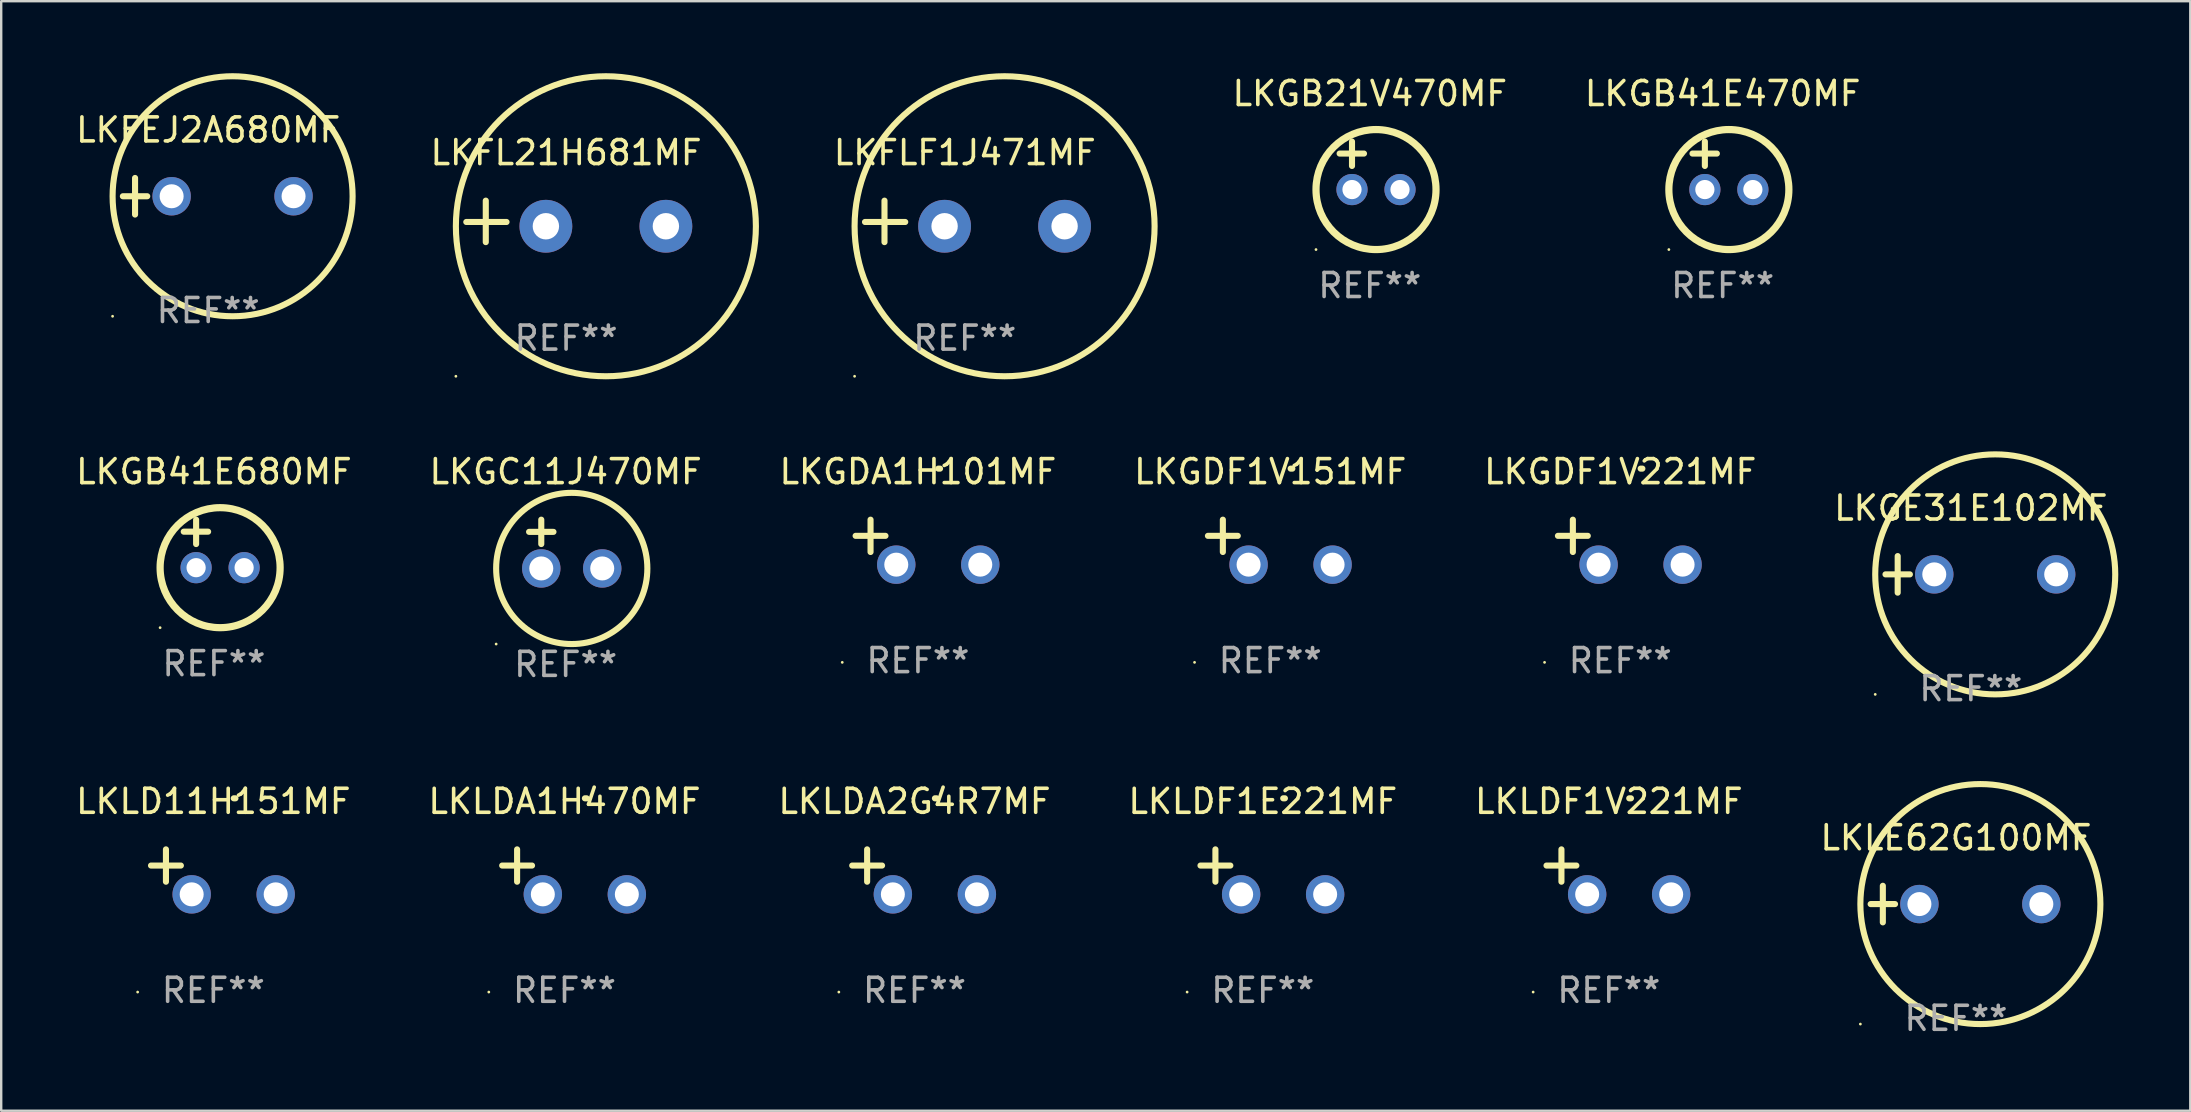
<source format=kicad_pcb>
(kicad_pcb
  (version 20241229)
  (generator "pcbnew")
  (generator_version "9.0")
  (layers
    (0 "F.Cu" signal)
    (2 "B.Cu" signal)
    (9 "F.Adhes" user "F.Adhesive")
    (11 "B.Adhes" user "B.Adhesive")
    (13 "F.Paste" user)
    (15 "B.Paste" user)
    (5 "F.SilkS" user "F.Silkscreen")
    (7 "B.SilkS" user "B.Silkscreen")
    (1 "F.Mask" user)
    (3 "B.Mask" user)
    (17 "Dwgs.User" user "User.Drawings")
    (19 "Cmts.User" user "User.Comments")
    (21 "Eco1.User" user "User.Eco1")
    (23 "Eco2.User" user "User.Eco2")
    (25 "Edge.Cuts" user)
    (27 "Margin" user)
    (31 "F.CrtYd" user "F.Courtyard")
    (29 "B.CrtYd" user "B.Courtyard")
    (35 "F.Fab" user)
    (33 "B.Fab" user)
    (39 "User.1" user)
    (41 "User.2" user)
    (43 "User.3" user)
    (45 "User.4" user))
  (footprint "LKGC11J470MF"
    (layer "F.Cu")
    (at 20.518 19.618)
    (property "Reference" "LKGC11J470MF" (at 0 -3.016 0) (layer "F.SilkS") (effects (font (size 1 1) (thickness 0.15))))
    (attr through_hole)
    (fp_line (start -1.524 -0.508) (end -0.508 -0.508) (stroke (width 0.254) (type solid)) (layer "F.SilkS"))
    (fp_line (start -1.016 -1.016) (end -1.016 0) (stroke (width 0.254) (type solid)) (layer "F.SilkS"))
    (fp_circle (center -2.896 4.166) (end -2.866 4.166) (stroke (width 0.06) (type solid)) (fill no) (layer "F.SilkS"))
    (fp_circle (center 0.254 1.016) (end 3.404 1.016) (stroke (width 0.254) (type solid)) (fill no) (layer "F.SilkS"))
    (fp_text user "REF**" (at 0 5.016 0) (layer "F.Fab") (effects (font (size 1 1) (thickness 0.15))))
    (pad "1" thru_hole circle (at -1.016 1.016) (size 1.6 1.6) (drill 1) (layers "*.Cu" "*.Mask"))
    (pad "2" thru_hole circle (at 1.524 1.016) (size 1.6 1.6) (drill 1) (layers "*.Cu" "*.Mask")))
  (footprint "LKGB41E680MF"
    (layer "F.Cu")
    (at 5.863 19.602)
    (property "Reference" "LKGB41E680MF" (at 0 -3 0) (layer "F.SilkS") (effects (font (size 1 1) (thickness 0.15))))
    (attr through_hole)
    (fp_line (start -1.258 -0.5) (end -0.242 -0.5) (stroke (width 0.254) (type solid)) (layer "F.SilkS"))
    (fp_line (start -0.742 -1) (end -0.742 0.016) (stroke (width 0.254) (type solid)) (layer "F.SilkS"))
    (fp_circle (center -2.242 3.5) (end -2.212 3.5) (stroke (width 0.06) (type solid)) (fill no) (layer "F.SilkS"))
    (fp_circle (center 0.258 1) (end 2.758 1) (stroke (width 0.3) (type solid)) (fill no) (layer "F.SilkS"))
    (fp_text user "REF**" (at 0 5 0) (layer "F.Fab") (effects (font (size 1 1) (thickness 0.15))))
    (pad "1" thru_hole circle (at -0.742 1) (size 1.3 1.3) (drill 0.8) (layers "*.Cu" "*.Mask"))
    (pad "2" thru_hole circle (at 1.258 1) (size 1.3 1.3) (drill 0.8) (layers "*.Cu" "*.Mask")))
  (footprint "LKLDF1E221MF"
    (layer "F.Cu")
    (at 49.565 33.276)
    (property "Reference" "LKLDF1E221MF" (at 0 -2.937 0) (layer "F.SilkS") (effects (font (size 1 1) (thickness 0.15))))
    (attr through_hole)
    (fp_line (start -1.975 0.41) (end -1.975 -0.937) (stroke (width 0.254) (type solid)) (layer "F.SilkS"))
    (fp_line (start -1.353 -0.263) (end -2.597 -0.263) (stroke (width 0.254) (type solid)) (layer "F.SilkS"))
    (fp_arc (start 0.849809 -3.063957) (mid 0.885369 -3.064114) (end 0.920929 -3.063957) (stroke (width 0.254001) (type solid)) (layer "F.SilkS"))
    (fp_circle (center -3.154 5.008) (end -3.124 5.008) (stroke (width 0.06) (type solid)) (fill no) (layer "F.SilkS"))
    (fp_text user "REF**" (at 0 4.937 0) (layer "F.Fab") (effects (font (size 1 1) (thickness 0.15))))
    (pad "1" thru_hole circle (at -0.903 0.937) (size 1.6 1.6) (drill 1) (layers "*.Cu" "*.Mask"))
    (pad "2" thru_hole circle (at 2.597 0.937) (size 1.6 1.6) (drill 1) (layers "*.Cu" "*.Mask")))
  (footprint "LKLD11H151MF"
    (layer "F.Cu")
    (at 5.839 33.276)
    (property "Reference" "LKLD11H151MF" (at 0 -2.937 0) (layer "F.SilkS") (effects (font (size 1 1) (thickness 0.15))))
    (attr through_hole)
    (fp_line (start -1.975 0.41) (end -1.975 -0.937) (stroke (width 0.254) (type solid)) (layer "F.SilkS"))
    (fp_line (start -1.353 -0.263) (end -2.597 -0.263) (stroke (width 0.254) (type solid)) (layer "F.SilkS"))
    (fp_arc (start 0.849809 -3.063957) (mid 0.885369 -3.064114) (end 0.920929 -3.063957) (stroke (width 0.254001) (type solid)) (layer "F.SilkS"))
    (fp_circle (center -3.154 5.008) (end -3.124 5.008) (stroke (width 0.06) (type solid)) (fill no) (layer "F.SilkS"))
    (fp_text user "REF**" (at 0 4.937 0) (layer "F.Fab") (effects (font (size 1 1) (thickness 0.15))))
    (pad "1" thru_hole circle (at -0.903 0.937) (size 1.6 1.6) (drill 1) (layers "*.Cu" "*.Mask"))
    (pad "2" thru_hole circle (at 2.597 0.937) (size 1.6 1.6) (drill 1) (layers "*.Cu" "*.Mask")))
  (footprint "LKLDF1V221MF"
    (layer "F.Cu")
    (at 63.982 33.276)
    (property "Reference" "LKLDF1V221MF" (at 0 -2.937 0) (layer "F.SilkS") (effects (font (size 1 1) (thickness 0.15))))
    (attr through_hole)
    (fp_line (start -1.975 0.41) (end -1.975 -0.937) (stroke (width 0.254) (type solid)) (layer "F.SilkS"))
    (fp_line (start -1.353 -0.263) (end -2.597 -0.263) (stroke (width 0.254) (type solid)) (layer "F.SilkS"))
    (fp_arc (start 0.849809 -3.063957) (mid 0.885369 -3.064114) (end 0.920929 -3.063957) (stroke (width 0.254001) (type solid)) (layer "F.SilkS"))
    (fp_circle (center -3.154 5.008) (end -3.124 5.008) (stroke (width 0.06) (type solid)) (fill no) (layer "F.SilkS"))
    (fp_text user "REF**" (at 0 4.937 0) (layer "F.Fab") (effects (font (size 1 1) (thickness 0.15))))
    (pad "1" thru_hole circle (at -0.903 0.937) (size 1.6 1.6) (drill 1) (layers "*.Cu" "*.Mask"))
    (pad "2" thru_hole circle (at 2.597 0.937) (size 1.6 1.6) (drill 1) (layers "*.Cu" "*.Mask")))
  (footprint "LKGB21V470MF"
    (layer "F.Cu")
    (at 54.023 3.848)
    (property "Reference" "LKGB21V470MF" (at 0 -3 0) (layer "F.SilkS") (effects (font (size 1 1) (thickness 0.15))))
    (attr through_hole)
    (fp_line (start -1.258 -0.5) (end -0.242 -0.5) (stroke (width 0.254) (type solid)) (layer "F.SilkS"))
    (fp_line (start -0.742 -1) (end -0.742 0.016) (stroke (width 0.254) (type solid)) (layer "F.SilkS"))
    (fp_circle (center -2.242 3.5) (end -2.212 3.5) (stroke (width 0.06) (type solid)) (fill no) (layer "F.SilkS"))
    (fp_circle (center 0.258 1) (end 2.758 1) (stroke (width 0.3) (type solid)) (fill no) (layer "F.SilkS"))
    (fp_text user "REF**" (at 0 5 0) (layer "F.Fab") (effects (font (size 1 1) (thickness 0.15))))
    (pad "1" thru_hole circle (at -0.742 1) (size 1.3 1.3) (drill 0.8) (layers "*.Cu" "*.Mask"))
    (pad "2" thru_hole circle (at 1.258 1) (size 1.3 1.3) (drill 0.8) (layers "*.Cu" "*.Mask")))
  (footprint "LKFLF1J471MF"
    (layer "F.Cu")
    (at 37.148 6.174)
    (property "Reference" "LKFLF1J471MF" (at 0 -2.864 0) (layer "F.SilkS") (effects (font (size 1 1) (thickness 0.15))))
    (attr through_hole)
    (fp_line (start -3.346 0.864) (end -3.346 -0.864) (stroke (width 0.254) (type solid)) (layer "F.SilkS"))
    (fp_line (start -2.482 0.025) (end -4.158 0.025) (stroke (width 0.254) (type solid)) (layer "F.SilkS"))
    (fp_circle (center -4.592 6.453) (end -4.562 6.453) (stroke (width 0.06) (type solid)) (fill no) (layer "F.SilkS"))
    (fp_circle (center 1.658 0.203) (end 7.908 0.203) (stroke (width 0.254) (type solid)) (fill no) (layer "F.SilkS"))
    (fp_text user "REF**" (at 0 4.864 0) (layer "F.Fab") (effects (font (size 1 1) (thickness 0.15))))
    (pad "1" thru_hole circle (at -0.842 0.203) (size 2.2 2.2) (drill 1.1) (layers "*.Cu" "*.Mask"))
    (pad "2" thru_hole circle (at 4.158 0.203) (size 2.2 2.2) (drill 1.1) (layers "*.Cu" "*.Mask")))
  (footprint "LKLE62G100MF"
    (layer "F.Cu")
    (at 78.446 34.618)
    (property "Reference" "LKLE62G100MF" (at 0 -2.762 0) (layer "F.SilkS") (effects (font (size 1 1) (thickness 0.15))))
    (attr through_hole)
    (fp_line (start -3.556 0) (end -2.54 0) (stroke (width 0.254) (type solid)) (layer "F.SilkS"))
    (fp_line (start -3.048 -0.762) (end -3.048 0.762) (stroke (width 0.254) (type solid)) (layer "F.SilkS"))
    (fp_circle (center -3.984 5) (end -3.954 5) (stroke (width 0.06) (type solid)) (fill no) (layer "F.SilkS"))
    (fp_circle (center 1.016 0) (end 6.016 0) (stroke (width 0.254) (type solid)) (fill no) (layer "F.SilkS"))
    (fp_text user "REF**" (at 0 4.762 0) (layer "F.Fab") (effects (font (size 1 1) (thickness 0.15))))
    (pad "1" thru_hole circle (at -1.524 0) (size 1.6 1.6) (drill 1) (layers "*.Cu" "*.Mask"))
    (pad "2" thru_hole circle (at 3.556 0) (size 1.6 1.6) (drill 1) (layers "*.Cu" "*.Mask")))
  (footprint "LKGB41E470MF"
    (layer "F.Cu")
    (at 68.725 3.848)
    (property "Reference" "LKGB41E470MF" (at 0 -3 0) (layer "F.SilkS") (effects (font (size 1 1) (thickness 0.15))))
    (attr through_hole)
    (fp_line (start -1.258 -0.5) (end -0.242 -0.5) (stroke (width 0.254) (type solid)) (layer "F.SilkS"))
    (fp_line (start -0.742 -1) (end -0.742 0.016) (stroke (width 0.254) (type solid)) (layer "F.SilkS"))
    (fp_circle (center -2.242 3.5) (end -2.212 3.5) (stroke (width 0.06) (type solid)) (fill no) (layer "F.SilkS"))
    (fp_circle (center 0.258 1) (end 2.758 1) (stroke (width 0.3) (type solid)) (fill no) (layer "F.SilkS"))
    (fp_text user "REF**" (at 0 5 0) (layer "F.Fab") (effects (font (size 1 1) (thickness 0.15))))
    (pad "1" thru_hole circle (at -0.742 1) (size 1.3 1.3) (drill 0.8) (layers "*.Cu" "*.Mask"))
    (pad "2" thru_hole circle (at 1.258 1) (size 1.3 1.3) (drill 0.8) (layers "*.Cu" "*.Mask")))
  (footprint "LKLDA2G4R7MF"
    (layer "F.Cu")
    (at 35.054 33.276)
    (property "Reference" "LKLDA2G4R7MF" (at 0 -2.937 0) (layer "F.SilkS") (effects (font (size 1 1) (thickness 0.15))))
    (attr through_hole)
    (fp_line (start -1.975 0.41) (end -1.975 -0.937) (stroke (width 0.254) (type solid)) (layer "F.SilkS"))
    (fp_line (start -1.353 -0.263) (end -2.597 -0.263) (stroke (width 0.254) (type solid)) (layer "F.SilkS"))
    (fp_arc (start 0.849809 -3.063957) (mid 0.885369 -3.064114) (end 0.920929 -3.063957) (stroke (width 0.254001) (type solid)) (layer "F.SilkS"))
    (fp_circle (center -3.154 5.008) (end -3.124 5.008) (stroke (width 0.06) (type solid)) (fill no) (layer "F.SilkS"))
    (fp_text user "REF**" (at 0 4.937 0) (layer "F.Fab") (effects (font (size 1 1) (thickness 0.15))))
    (pad "1" thru_hole circle (at -0.903 0.937) (size 1.6 1.6) (drill 1) (layers "*.Cu" "*.Mask"))
    (pad "2" thru_hole circle (at 2.597 0.937) (size 1.6 1.6) (drill 1) (layers "*.Cu" "*.Mask")))
  (footprint "LKFEJ2A680MF"
    (layer "F.Cu")
    (at 5.625 5.127)
    (property "Reference" "LKFEJ2A680MF" (at 0 -2.762 0) (layer "F.SilkS") (effects (font (size 1 1) (thickness 0.15))))
    (attr through_hole)
    (fp_line (start -3.556 0) (end -2.54 0) (stroke (width 0.254) (type solid)) (layer "F.SilkS"))
    (fp_line (start -3.048 -0.762) (end -3.048 0.762) (stroke (width 0.254) (type solid)) (layer "F.SilkS"))
    (fp_circle (center -3.984 5) (end -3.954 5) (stroke (width 0.06) (type solid)) (fill no) (layer "F.SilkS"))
    (fp_circle (center 1.016 0) (end 6.016 0) (stroke (width 0.254) (type solid)) (fill no) (layer "F.SilkS"))
    (fp_text user "REF**" (at 0 4.762 0) (layer "F.Fab") (effects (font (size 1 1) (thickness 0.15))))
    (pad "1" thru_hole circle (at -1.524 0) (size 1.6 1.6) (drill 1) (layers "*.Cu" "*.Mask"))
    (pad "2" thru_hole circle (at 3.556 0) (size 1.6 1.6) (drill 1) (layers "*.Cu" "*.Mask")))
  (footprint "LKFL21H681MF"
    (layer "F.Cu")
    (at 20.536 6.174)
    (property "Reference" "LKFL21H681MF" (at 0 -2.864 0) (layer "F.SilkS") (effects (font (size 1 1) (thickness 0.15))))
    (attr through_hole)
    (fp_line (start -3.346 0.864) (end -3.346 -0.864) (stroke (width 0.254) (type solid)) (layer "F.SilkS"))
    (fp_line (start -2.482 0.025) (end -4.158 0.025) (stroke (width 0.254) (type solid)) (layer "F.SilkS"))
    (fp_circle (center -4.592 6.453) (end -4.562 6.453) (stroke (width 0.06) (type solid)) (fill no) (layer "F.SilkS"))
    (fp_circle (center 1.658 0.203) (end 7.908 0.203) (stroke (width 0.254) (type solid)) (fill no) (layer "F.SilkS"))
    (fp_text user "REF**" (at 0 4.864 0) (layer "F.Fab") (effects (font (size 1 1) (thickness 0.15))))
    (pad "1" thru_hole circle (at -0.842 0.203) (size 2.2 2.2) (drill 1.1) (layers "*.Cu" "*.Mask"))
    (pad "2" thru_hole circle (at 4.158 0.203) (size 2.2 2.2) (drill 1.1) (layers "*.Cu" "*.Mask")))
  (footprint "LKGDF1V221MF"
    (layer "F.Cu")
    (at 64.458 19.539)
    (property "Reference" "LKGDF1V221MF" (at 0 -2.937 0) (layer "F.SilkS") (effects (font (size 1 1) (thickness 0.15))))
    (attr through_hole)
    (fp_line (start -1.975 0.41) (end -1.975 -0.937) (stroke (width 0.254) (type solid)) (layer "F.SilkS"))
    (fp_line (start -1.353 -0.263) (end -2.597 -0.263) (stroke (width 0.254) (type solid)) (layer "F.SilkS"))
    (fp_arc (start 0.849809 -3.063957) (mid 0.885369 -3.064114) (end 0.920929 -3.063957) (stroke (width 0.254001) (type solid)) (layer "F.SilkS"))
    (fp_circle (center -3.154 5.008) (end -3.124 5.008) (stroke (width 0.06) (type solid)) (fill no) (layer "F.SilkS"))
    (fp_text user "REF**" (at 0 4.937 0) (layer "F.Fab") (effects (font (size 1 1) (thickness 0.15))))
    (pad "1" thru_hole circle (at -0.903 0.937) (size 1.6 1.6) (drill 1) (layers "*.Cu" "*.Mask"))
    (pad "2" thru_hole circle (at 2.597 0.937) (size 1.6 1.6) (drill 1) (layers "*.Cu" "*.Mask")))
  (footprint "LKGE31E102MF"
    (layer "F.Cu")
    (at 79.065 20.881)
    (property "Reference" "LKGE31E102MF" (at 0 -2.762 0) (layer "F.SilkS") (effects (font (size 1 1) (thickness 0.15))))
    (attr through_hole)
    (fp_line (start -3.556 0) (end -2.54 0) (stroke (width 0.254) (type solid)) (layer "F.SilkS"))
    (fp_line (start -3.048 -0.762) (end -3.048 0.762) (stroke (width 0.254) (type solid)) (layer "F.SilkS"))
    (fp_circle (center -3.984 5) (end -3.954 5) (stroke (width 0.06) (type solid)) (fill no) (layer "F.SilkS"))
    (fp_circle (center 1.016 0) (end 6.016 0) (stroke (width 0.254) (type solid)) (fill no) (layer "F.SilkS"))
    (fp_text user "REF**" (at 0 4.762 0) (layer "F.Fab") (effects (font (size 1 1) (thickness 0.15))))
    (pad "1" thru_hole circle (at -1.524 0) (size 1.6 1.6) (drill 1) (layers "*.Cu" "*.Mask"))
    (pad "2" thru_hole circle (at 3.556 0) (size 1.6 1.6) (drill 1) (layers "*.Cu" "*.Mask")))
  (footprint "LKLDA1H470MF"
    (layer "F.Cu")
    (at 20.47 33.276)
    (property "Reference" "LKLDA1H470MF" (at 0 -2.937 0) (layer "F.SilkS") (effects (font (size 1 1) (thickness 0.15))))
    (attr through_hole)
    (fp_line (start -1.975 0.41) (end -1.975 -0.937) (stroke (width 0.254) (type solid)) (layer "F.SilkS"))
    (fp_line (start -1.353 -0.263) (end -2.597 -0.263) (stroke (width 0.254) (type solid)) (layer "F.SilkS"))
    (fp_arc (start 0.849809 -3.063957) (mid 0.885369 -3.064114) (end 0.920929 -3.063957) (stroke (width 0.254001) (type solid)) (layer "F.SilkS"))
    (fp_circle (center -3.154 5.008) (end -3.124 5.008) (stroke (width 0.06) (type solid)) (fill no) (layer "F.SilkS"))
    (fp_text user "REF**" (at 0 4.937 0) (layer "F.Fab") (effects (font (size 1 1) (thickness 0.15))))
    (pad "1" thru_hole circle (at -0.903 0.937) (size 1.6 1.6) (drill 1) (layers "*.Cu" "*.Mask"))
    (pad "2" thru_hole circle (at 2.597 0.937) (size 1.6 1.6) (drill 1) (layers "*.Cu" "*.Mask")))
  (footprint "LKGDA1H101MF"
    (layer "F.Cu")
    (at 35.196 19.539)
    (property "Reference" "LKGDA1H101MF" (at 0 -2.937 0) (layer "F.SilkS") (effects (font (size 1 1) (thickness 0.15))))
    (attr through_hole)
    (fp_line (start -1.975 0.41) (end -1.975 -0.937) (stroke (width 0.254) (type solid)) (layer "F.SilkS"))
    (fp_line (start -1.353 -0.263) (end -2.597 -0.263) (stroke (width 0.254) (type solid)) (layer "F.SilkS"))
    (fp_arc (start 0.849809 -3.063957) (mid 0.885369 -3.064114) (end 0.920929 -3.063957) (stroke (width 0.254001) (type solid)) (layer "F.SilkS"))
    (fp_circle (center -3.154 5.008) (end -3.124 5.008) (stroke (width 0.06) (type solid)) (fill no) (layer "F.SilkS"))
    (fp_text user "REF**" (at 0 4.937 0) (layer "F.Fab") (effects (font (size 1 1) (thickness 0.15))))
    (pad "1" thru_hole circle (at -0.903 0.937) (size 1.6 1.6) (drill 1) (layers "*.Cu" "*.Mask"))
    (pad "2" thru_hole circle (at 2.597 0.937) (size 1.6 1.6) (drill 1) (layers "*.Cu" "*.Mask")))
  (footprint "LKGDF1V151MF"
    (layer "F.Cu")
    (at 49.875 19.539)
    (property "Reference" "LKGDF1V151MF" (at 0 -2.937 0) (layer "F.SilkS") (effects (font (size 1 1) (thickness 0.15))))
    (attr through_hole)
    (fp_line (start -1.975 0.41) (end -1.975 -0.937) (stroke (width 0.254) (type solid)) (layer "F.SilkS"))
    (fp_line (start -1.353 -0.263) (end -2.597 -0.263) (stroke (width 0.254) (type solid)) (layer "F.SilkS"))
    (fp_arc (start 0.849809 -3.063957) (mid 0.885369 -3.064114) (end 0.920929 -3.063957) (stroke (width 0.254001) (type solid)) (layer "F.SilkS"))
    (fp_circle (center -3.154 5.008) (end -3.124 5.008) (stroke (width 0.06) (type solid)) (fill no) (layer "F.SilkS"))
    (fp_text user "REF**" (at 0 4.937 0) (layer "F.Fab") (effects (font (size 1 1) (thickness 0.15))))
    (pad "1" thru_hole circle (at -0.903 0.937) (size 1.6 1.6) (drill 1) (layers "*.Cu" "*.Mask"))
    (pad "2" thru_hole circle (at 2.597 0.937) (size 1.6 1.6) (drill 1) (layers "*.Cu" "*.Mask")))
  (gr_rect
    (start -3 -3)
    (end 88.208 43.228)
    (stroke (width 0.1) (type default))
    (fill no)
    (layer "Edge.Cuts")))
</source>
